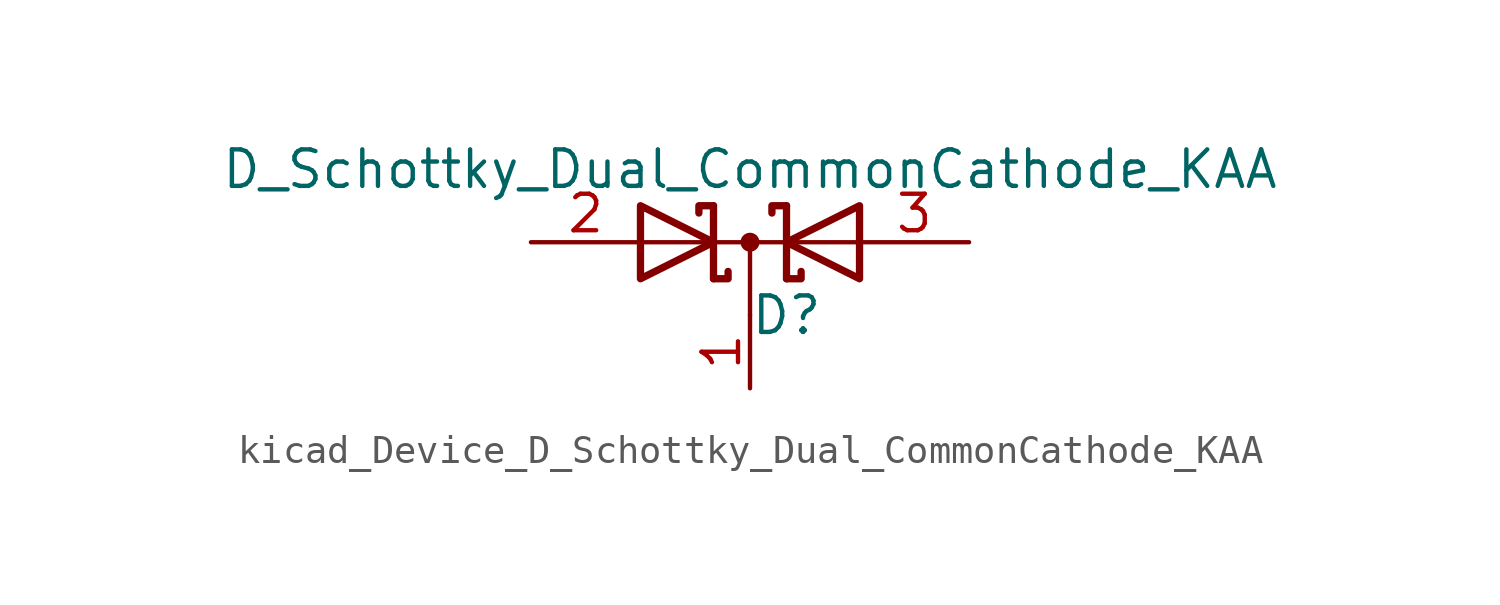
<source format=kicad_sym>
(kicad_symbol_lib
  (version 20220914)
  (generator kicad_symbol_editor)
  (symbol "kicad_Device_D_Schottky_Dual_CommonCathode_KAA"
    (pin_names
      (offset 0.762) hide)
    (property "Reference" "D"
      (at 1.27 -2.54 0)
      (effects (font (size 1.27 1.27))))
    (property "Value" "D_Schottky_Dual_CommonCathode_KAA"
      (at 0 2.54 0)
      (effects (font (size 1.27 1.27))))
    (symbol "kicad_Device_D_Schottky_Dual_CommonCathode_KAA_0_1"
      (polyline (pts (xy -3.81 0) (xy 3.81 0)) (stroke (width 0) (type default)) (fill (type none)))
      (polyline (pts (xy 0 0) (xy 0 -2.54)) (stroke (width 0) (type default)) (fill (type none)))
      (polyline (pts (xy -1.27 -1.27) (xy -1.27 1.27) (xy -1.27 1.27)) (stroke (width 0.254) (type default)) (fill (type none)))
      (polyline (pts (xy 1.27 -1.27) (xy 1.27 1.27) (xy 1.27 1.27)) (stroke (width 0.254) (type default)) (fill (type none)))
      (polyline (pts (xy -1.27 -1.27) (xy -0.762 -1.27) (xy -0.762 -1.016) (xy -0.762 -1.016)) (stroke (width 0.254) (type default)) (fill (type none)))
      (polyline (pts (xy 1.27 -1.27) (xy 1.778 -1.27) (xy 1.778 -1.016) (xy 1.778 -1.016)) (stroke (width 0.254) (type default)) (fill (type none)))
      (polyline (pts (xy 1.27 1.27) (xy 0.762 1.27) (xy 0.762 1.016) (xy 0.762 1.016)) (stroke (width 0.254) (type default)) (fill (type none)))
      (polyline (pts (xy -1.778 1.016) (xy -1.778 1.27) (xy -1.27 1.27) (xy -1.27 1.27) (xy -1.27 1.27)) (stroke (width 0.254) (type default)) (fill (type none)))
      (polyline (pts (xy -3.81 1.27) (xy -1.27 0) (xy -3.81 -1.27) (xy -3.81 1.27) (xy -3.81 1.27) (xy -3.81 1.27)) (stroke (width 0.254) (type default)) (fill (type none)))
      (polyline (pts (xy 3.81 -1.27) (xy 1.27 0) (xy 3.81 1.27) (xy 3.81 -1.27) (xy 3.81 -1.27) (xy 3.81 -1.27)) (stroke (width 0.254) (type default)) (fill (type none)))
      (circle (center 0 0) (radius 0.254) (stroke (width 0) (type default)) (fill (type outline)))
      (pin passive line (at 0 -5.08 90) (length 2.54) (name "K" (effects (font (size 1.27 1.27)))) (number "1" (effects (font (size 1.27 1.27)))))
      (pin passive line (at -7.62 0 0) (length 3.81) (name "A" (effects (font (size 1.27 1.27)))) (number "2" (effects (font (size 1.27 1.27)))))
      (pin passive line (at 7.62 0 180) (length 3.81) (name "A" (effects (font (size 1.27 1.27)))) (number "3" (effects (font (size 1.27 1.27))))))))
</source>
